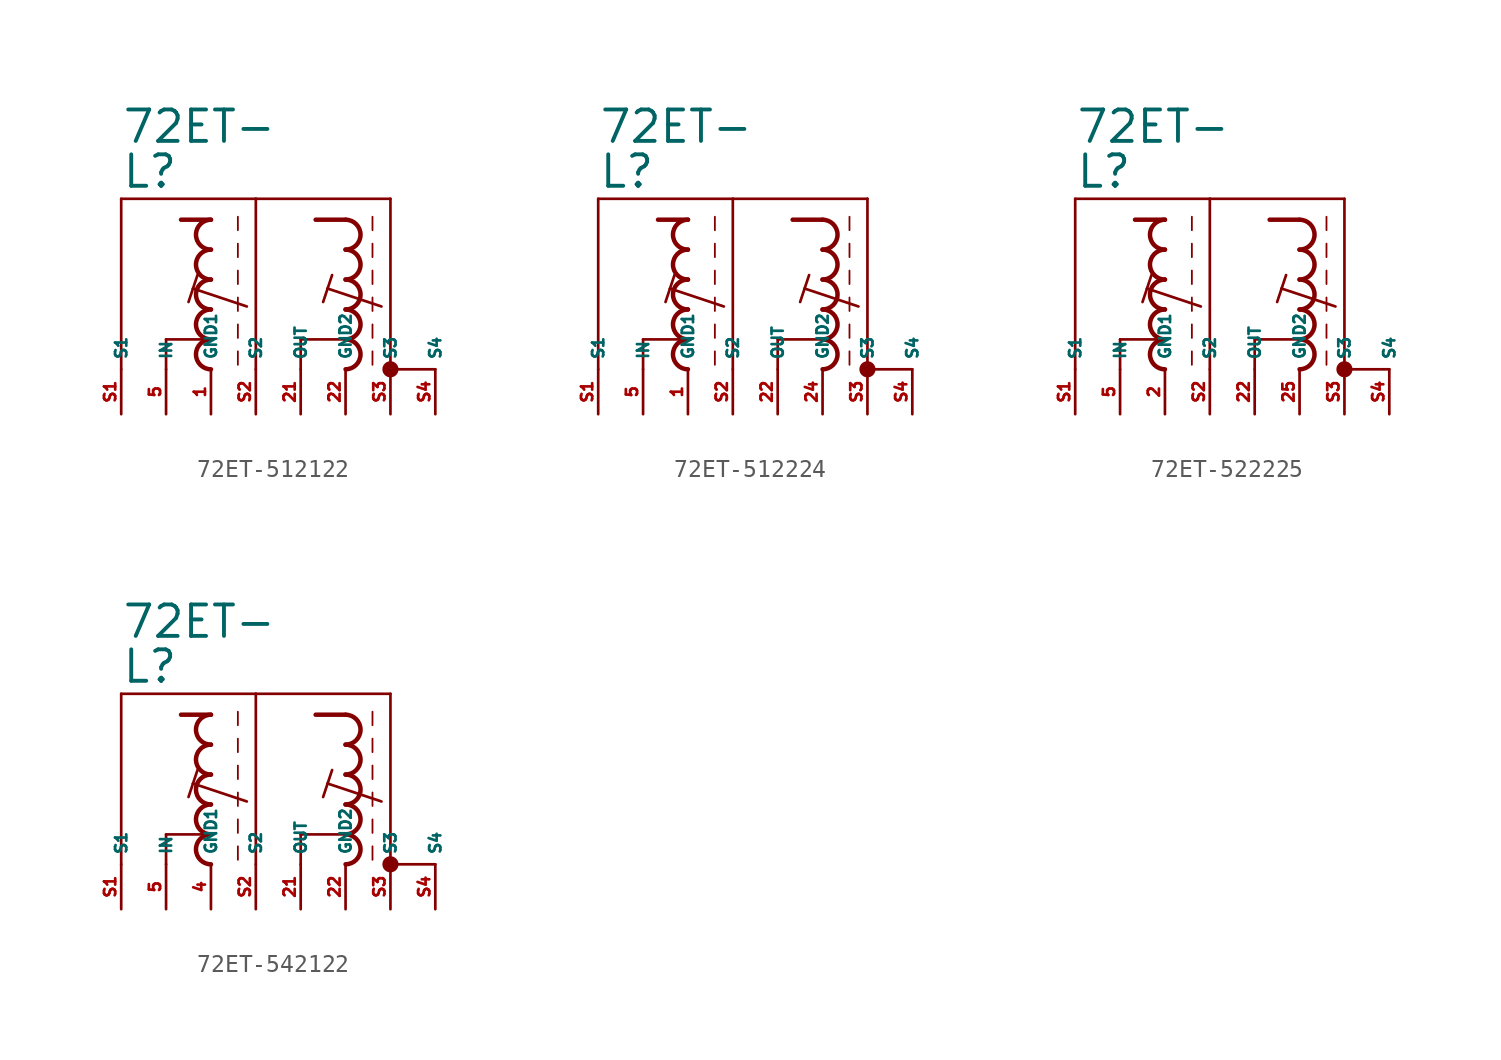
<source format=kicad_sym>
(kicad_symbol_lib
  (version 20220914)
  (generator kicad_symbol_editor)
  (symbol "72ET-512122"
    (property "Reference" "L"
      (at -7.62 7.62 0)
      (effects (font (size 1.778 1.778) (thickness 0.22)) (justify left bottom)))
    (property "Value" "72ET-"
      (at -7.62 10.16 0)
      (effects (font (size 1.778 1.778) (thickness 0.22)) (justify left bottom)))
    (symbol "72ET-512122_1_1"
      (arc (start -2.54 -0.8466) (mid -3.3864 -1.6933) (end -2.54 -2.54) (stroke (width 0.254) (type default)) (fill (type none)))
      (arc (start -2.54 0.8466) (mid -3.3862 0) (end -2.54 -0.8466) (stroke (width 0.254) (type default)) (fill (type none)))
      (arc (start -2.54 2.54) (mid -3.3864 1.6933) (end -2.54 0.8466) (stroke (width 0.254) (type default)) (fill (type none)))
      (arc (start -2.54 4.2334) (mid -3.3864 3.3867) (end -2.54 2.54) (stroke (width 0.254) (type default)) (fill (type none)))
      (arc (start -2.54 5.9266) (mid -3.3862 5.08) (end -2.54 4.2334) (stroke (width 0.254) (type default)) (fill (type none)))
      (polyline (pts (xy -7.62 -2.54) (xy -7.62 7.112)) (stroke (width 0.152) (type default)) (fill (type none)))
      (polyline (pts (xy -7.62 7.112) (xy 0 7.112)) (stroke (width 0.152) (type default)) (fill (type none)))
      (polyline (pts (xy -5.08 -2.54) (xy -5.08 -0.847)) (stroke (width 0.152) (type default)) (fill (type none)))
      (polyline (pts (xy -5.08 -0.847) (xy -2.54 -0.847)) (stroke (width 0.152) (type default)) (fill (type none)))
      (polyline (pts (xy -3.556 2.032) (xy -3.81 1.27)) (stroke (width 0.152) (type default)) (fill (type none)))
      (polyline (pts (xy -3.302 2.794) (xy -3.556 2.032)) (stroke (width 0.152) (type default)) (fill (type none)))
      (polyline (pts (xy -2.54 5.927) (xy -4.233 5.927)) (stroke (width 0.254) (type default)) (fill (type none)))
      (polyline (pts (xy -1.016 -1.524) (xy -1.016 -2.286)) (stroke (width 0.102) (type default)) (fill (type none)))
      (polyline (pts (xy -1.016 0) (xy -1.016 -0.762)) (stroke (width 0.102) (type default)) (fill (type none)))
      (polyline (pts (xy -1.016 1.524) (xy -1.016 0.762)) (stroke (width 0.102) (type default)) (fill (type none)))
      (polyline (pts (xy -1.016 3.048) (xy -1.016 2.286)) (stroke (width 0.102) (type default)) (fill (type none)))
      (polyline (pts (xy -1.016 4.572) (xy -1.016 3.81)) (stroke (width 0.102) (type default)) (fill (type none)))
      (polyline (pts (xy -1.016 6.096) (xy -1.016 5.334)) (stroke (width 0.102) (type default)) (fill (type none)))
      (polyline (pts (xy -0.508 1.016) (xy -3.556 2.032)) (stroke (width 0.152) (type default)) (fill (type none)))
      (polyline (pts (xy 0 7.112) (xy 0 -2.54)) (stroke (width 0.152) (type default)) (fill (type none)))
      (polyline (pts (xy 0 7.112) (xy 7.62 7.112)) (stroke (width 0.152) (type default)) (fill (type none)))
      (polyline (pts (xy 2.54 -2.54) (xy 2.54 -0.847)) (stroke (width 0.152) (type default)) (fill (type none)))
      (polyline (pts (xy 2.54 -0.847) (xy 5.08 -0.847)) (stroke (width 0.152) (type default)) (fill (type none)))
      (polyline (pts (xy 4.064 2.032) (xy 3.81 1.27)) (stroke (width 0.152) (type default)) (fill (type none)))
      (polyline (pts (xy 4.318 2.794) (xy 4.064 2.032)) (stroke (width 0.152) (type default)) (fill (type none)))
      (polyline (pts (xy 5.08 5.927) (xy 3.387 5.927)) (stroke (width 0.254) (type default)) (fill (type none)))
      (polyline (pts (xy 6.604 -1.524) (xy 6.604 -2.286)) (stroke (width 0.102) (type default)) (fill (type none)))
      (polyline (pts (xy 6.604 0) (xy 6.604 -0.762)) (stroke (width 0.102) (type default)) (fill (type none)))
      (polyline (pts (xy 6.604 1.524) (xy 6.604 0.762)) (stroke (width 0.102) (type default)) (fill (type none)))
      (polyline (pts (xy 6.604 3.048) (xy 6.604 2.286)) (stroke (width 0.102) (type default)) (fill (type none)))
      (polyline (pts (xy 6.604 4.572) (xy 6.604 3.81)) (stroke (width 0.102) (type default)) (fill (type none)))
      (polyline (pts (xy 6.604 6.096) (xy 6.604 5.334)) (stroke (width 0.102) (type default)) (fill (type none)))
      (polyline (pts (xy 7.112 1.016) (xy 4.064 2.032)) (stroke (width 0.152) (type default)) (fill (type none)))
      (polyline (pts (xy 7.62 7.112) (xy 7.62 -2.54)) (stroke (width 0.152) (type default)) (fill (type none)))
      (polyline (pts (xy 10.16 -2.54) (xy 7.62 -2.54)) (stroke (width 0.152) (type default)) (fill (type none)))
      (arc (start 5.08 -2.54) (mid 5.9231 -1.6933) (end 5.08 -0.8466) (stroke (width 0.254) (type default)) (fill (type none)))
      (arc (start 5.08 -0.8466) (mid 5.923 0) (end 5.08 0.8466) (stroke (width 0.254) (type default)) (fill (type none)))
      (arc (start 5.08 0.8466) (mid 5.9231 1.6933) (end 5.08 2.54) (stroke (width 0.254) (type default)) (fill (type none)))
      (arc (start 5.08 2.54) (mid 5.9231 3.3867) (end 5.08 4.2334) (stroke (width 0.254) (type default)) (fill (type none)))
      (arc (start 5.08 4.2334) (mid 5.923 5.08) (end 5.08 5.9266) (stroke (width 0.254) (type default)) (fill (type none)))
      (circle (center 7.62 -2.54) (radius 0.254) (stroke (width 0.406) (type default)) (fill (type none)))
      (pin passive line (at -2.54 -5.08 90) (length 2.54) (name "GND1" (effects (font (size 0.635 0.635)))) (number "1" (effects (font (size 0.635 0.635)))))
      (pin passive line (at 2.54 -5.08 90) (length 2.54) (name "OUT" (effects (font (size 0.635 0.635)))) (number "21" (effects (font (size 0.635 0.635)))))
      (pin passive line (at 5.08 -5.08 90) (length 2.54) (name "GND2" (effects (font (size 0.635 0.635)))) (number "22" (effects (font (size 0.635 0.635)))))
      (pin passive line (at -5.08 -5.08 90) (length 2.54) (name "IN" (effects (font (size 0.635 0.635)))) (number "5" (effects (font (size 0.635 0.635)))))
      (pin passive line (at -7.62 -5.08 90) (length 2.54) (name "S1" (effects (font (size 0.635 0.635)))) (number "S1" (effects (font (size 0.635 0.635)))))
      (pin passive line (at 0 -5.08 90) (length 2.54) (name "S2" (effects (font (size 0.635 0.635)))) (number "S2" (effects (font (size 0.635 0.635)))))
      (pin passive line (at 7.62 -5.08 90) (length 2.54) (name "S3" (effects (font (size 0.635 0.635)))) (number "S3" (effects (font (size 0.635 0.635)))))
      (pin passive line (at 10.16 -5.08 90) (length 2.54) (name "S4" (effects (font (size 0.635 0.635)))) (number "S4" (effects (font (size 0.635 0.635)))))))
  (symbol "72ET-512224"
    (property "Reference" "L"
      (at -7.62 7.62 0)
      (effects (font (size 1.778 1.778) (thickness 0.22)) (justify left bottom)))
    (property "Value" "72ET-"
      (at -7.62 10.16 0)
      (effects (font (size 1.778 1.778) (thickness 0.22)) (justify left bottom)))
    (symbol "72ET-512224_1_1"
      (arc (start -2.54 -0.8466) (mid -3.3864 -1.6933) (end -2.54 -2.54) (stroke (width 0.254) (type default)) (fill (type none)))
      (arc (start -2.54 0.8466) (mid -3.3862 0) (end -2.54 -0.8466) (stroke (width 0.254) (type default)) (fill (type none)))
      (arc (start -2.54 2.54) (mid -3.3864 1.6933) (end -2.54 0.8466) (stroke (width 0.254) (type default)) (fill (type none)))
      (arc (start -2.54 4.2334) (mid -3.3864 3.3867) (end -2.54 2.54) (stroke (width 0.254) (type default)) (fill (type none)))
      (arc (start -2.54 5.9266) (mid -3.3862 5.08) (end -2.54 4.2334) (stroke (width 0.254) (type default)) (fill (type none)))
      (polyline (pts (xy -7.62 -2.54) (xy -7.62 7.112)) (stroke (width 0.152) (type default)) (fill (type none)))
      (polyline (pts (xy -7.62 7.112) (xy 0 7.112)) (stroke (width 0.152) (type default)) (fill (type none)))
      (polyline (pts (xy -5.08 -2.54) (xy -5.08 -0.847)) (stroke (width 0.152) (type default)) (fill (type none)))
      (polyline (pts (xy -5.08 -0.847) (xy -2.54 -0.847)) (stroke (width 0.152) (type default)) (fill (type none)))
      (polyline (pts (xy -3.556 2.032) (xy -3.81 1.27)) (stroke (width 0.152) (type default)) (fill (type none)))
      (polyline (pts (xy -3.302 2.794) (xy -3.556 2.032)) (stroke (width 0.152) (type default)) (fill (type none)))
      (polyline (pts (xy -2.54 5.927) (xy -4.233 5.927)) (stroke (width 0.254) (type default)) (fill (type none)))
      (polyline (pts (xy -1.016 -1.524) (xy -1.016 -2.286)) (stroke (width 0.102) (type default)) (fill (type none)))
      (polyline (pts (xy -1.016 0) (xy -1.016 -0.762)) (stroke (width 0.102) (type default)) (fill (type none)))
      (polyline (pts (xy -1.016 1.524) (xy -1.016 0.762)) (stroke (width 0.102) (type default)) (fill (type none)))
      (polyline (pts (xy -1.016 3.048) (xy -1.016 2.286)) (stroke (width 0.102) (type default)) (fill (type none)))
      (polyline (pts (xy -1.016 4.572) (xy -1.016 3.81)) (stroke (width 0.102) (type default)) (fill (type none)))
      (polyline (pts (xy -1.016 6.096) (xy -1.016 5.334)) (stroke (width 0.102) (type default)) (fill (type none)))
      (polyline (pts (xy -0.508 1.016) (xy -3.556 2.032)) (stroke (width 0.152) (type default)) (fill (type none)))
      (polyline (pts (xy 0 7.112) (xy 0 -2.54)) (stroke (width 0.152) (type default)) (fill (type none)))
      (polyline (pts (xy 0 7.112) (xy 7.62 7.112)) (stroke (width 0.152) (type default)) (fill (type none)))
      (polyline (pts (xy 2.54 -2.54) (xy 2.54 -0.847)) (stroke (width 0.152) (type default)) (fill (type none)))
      (polyline (pts (xy 2.54 -0.847) (xy 5.08 -0.847)) (stroke (width 0.152) (type default)) (fill (type none)))
      (polyline (pts (xy 4.064 2.032) (xy 3.81 1.27)) (stroke (width 0.152) (type default)) (fill (type none)))
      (polyline (pts (xy 4.318 2.794) (xy 4.064 2.032)) (stroke (width 0.152) (type default)) (fill (type none)))
      (polyline (pts (xy 5.08 5.927) (xy 3.387 5.927)) (stroke (width 0.254) (type default)) (fill (type none)))
      (polyline (pts (xy 6.604 -1.524) (xy 6.604 -2.286)) (stroke (width 0.102) (type default)) (fill (type none)))
      (polyline (pts (xy 6.604 0) (xy 6.604 -0.762)) (stroke (width 0.102) (type default)) (fill (type none)))
      (polyline (pts (xy 6.604 1.524) (xy 6.604 0.762)) (stroke (width 0.102) (type default)) (fill (type none)))
      (polyline (pts (xy 6.604 3.048) (xy 6.604 2.286)) (stroke (width 0.102) (type default)) (fill (type none)))
      (polyline (pts (xy 6.604 4.572) (xy 6.604 3.81)) (stroke (width 0.102) (type default)) (fill (type none)))
      (polyline (pts (xy 6.604 6.096) (xy 6.604 5.334)) (stroke (width 0.102) (type default)) (fill (type none)))
      (polyline (pts (xy 7.112 1.016) (xy 4.064 2.032)) (stroke (width 0.152) (type default)) (fill (type none)))
      (polyline (pts (xy 7.62 7.112) (xy 7.62 -2.54)) (stroke (width 0.152) (type default)) (fill (type none)))
      (polyline (pts (xy 10.16 -2.54) (xy 7.62 -2.54)) (stroke (width 0.152) (type default)) (fill (type none)))
      (arc (start 5.08 -2.54) (mid 5.9231 -1.6933) (end 5.08 -0.8466) (stroke (width 0.254) (type default)) (fill (type none)))
      (arc (start 5.08 -0.8466) (mid 5.923 0) (end 5.08 0.8466) (stroke (width 0.254) (type default)) (fill (type none)))
      (arc (start 5.08 0.8466) (mid 5.9231 1.6933) (end 5.08 2.54) (stroke (width 0.254) (type default)) (fill (type none)))
      (arc (start 5.08 2.54) (mid 5.9231 3.3867) (end 5.08 4.2334) (stroke (width 0.254) (type default)) (fill (type none)))
      (arc (start 5.08 4.2334) (mid 5.923 5.08) (end 5.08 5.9266) (stroke (width 0.254) (type default)) (fill (type none)))
      (circle (center 7.62 -2.54) (radius 0.254) (stroke (width 0.406) (type default)) (fill (type none)))
      (pin passive line (at -2.54 -5.08 90) (length 2.54) (name "GND1" (effects (font (size 0.635 0.635)))) (number "1" (effects (font (size 0.635 0.635)))))
      (pin passive line (at 2.54 -5.08 90) (length 2.54) (name "OUT" (effects (font (size 0.635 0.635)))) (number "22" (effects (font (size 0.635 0.635)))))
      (pin passive line (at 5.08 -5.08 90) (length 2.54) (name "GND2" (effects (font (size 0.635 0.635)))) (number "24" (effects (font (size 0.635 0.635)))))
      (pin passive line (at -5.08 -5.08 90) (length 2.54) (name "IN" (effects (font (size 0.635 0.635)))) (number "5" (effects (font (size 0.635 0.635)))))
      (pin passive line (at -7.62 -5.08 90) (length 2.54) (name "S1" (effects (font (size 0.635 0.635)))) (number "S1" (effects (font (size 0.635 0.635)))))
      (pin passive line (at 0 -5.08 90) (length 2.54) (name "S2" (effects (font (size 0.635 0.635)))) (number "S2" (effects (font (size 0.635 0.635)))))
      (pin passive line (at 7.62 -5.08 90) (length 2.54) (name "S3" (effects (font (size 0.635 0.635)))) (number "S3" (effects (font (size 0.635 0.635)))))
      (pin passive line (at 10.16 -5.08 90) (length 2.54) (name "S4" (effects (font (size 0.635 0.635)))) (number "S4" (effects (font (size 0.635 0.635)))))))
  (symbol "72ET-522225"
    (property "Reference" "L"
      (at -7.62 7.62 0)
      (effects (font (size 1.778 1.778) (thickness 0.22)) (justify left bottom)))
    (property "Value" "72ET-"
      (at -7.62 10.16 0)
      (effects (font (size 1.778 1.778) (thickness 0.22)) (justify left bottom)))
    (symbol "72ET-522225_1_1"
      (arc (start -2.54 -0.8466) (mid -3.3864 -1.6933) (end -2.54 -2.54) (stroke (width 0.254) (type default)) (fill (type none)))
      (arc (start -2.54 0.8466) (mid -3.3862 0) (end -2.54 -0.8466) (stroke (width 0.254) (type default)) (fill (type none)))
      (arc (start -2.54 2.54) (mid -3.3864 1.6933) (end -2.54 0.8466) (stroke (width 0.254) (type default)) (fill (type none)))
      (arc (start -2.54 4.2334) (mid -3.3864 3.3867) (end -2.54 2.54) (stroke (width 0.254) (type default)) (fill (type none)))
      (arc (start -2.54 5.9266) (mid -3.3862 5.08) (end -2.54 4.2334) (stroke (width 0.254) (type default)) (fill (type none)))
      (polyline (pts (xy -7.62 -2.54) (xy -7.62 7.112)) (stroke (width 0.152) (type default)) (fill (type none)))
      (polyline (pts (xy -7.62 7.112) (xy 0 7.112)) (stroke (width 0.152) (type default)) (fill (type none)))
      (polyline (pts (xy -5.08 -2.54) (xy -5.08 -0.847)) (stroke (width 0.152) (type default)) (fill (type none)))
      (polyline (pts (xy -5.08 -0.847) (xy -2.54 -0.847)) (stroke (width 0.152) (type default)) (fill (type none)))
      (polyline (pts (xy -3.556 2.032) (xy -3.81 1.27)) (stroke (width 0.152) (type default)) (fill (type none)))
      (polyline (pts (xy -3.302 2.794) (xy -3.556 2.032)) (stroke (width 0.152) (type default)) (fill (type none)))
      (polyline (pts (xy -2.54 5.927) (xy -4.233 5.927)) (stroke (width 0.254) (type default)) (fill (type none)))
      (polyline (pts (xy -1.016 -1.524) (xy -1.016 -2.286)) (stroke (width 0.102) (type default)) (fill (type none)))
      (polyline (pts (xy -1.016 0) (xy -1.016 -0.762)) (stroke (width 0.102) (type default)) (fill (type none)))
      (polyline (pts (xy -1.016 1.524) (xy -1.016 0.762)) (stroke (width 0.102) (type default)) (fill (type none)))
      (polyline (pts (xy -1.016 3.048) (xy -1.016 2.286)) (stroke (width 0.102) (type default)) (fill (type none)))
      (polyline (pts (xy -1.016 4.572) (xy -1.016 3.81)) (stroke (width 0.102) (type default)) (fill (type none)))
      (polyline (pts (xy -1.016 6.096) (xy -1.016 5.334)) (stroke (width 0.102) (type default)) (fill (type none)))
      (polyline (pts (xy -0.508 1.016) (xy -3.556 2.032)) (stroke (width 0.152) (type default)) (fill (type none)))
      (polyline (pts (xy 0 7.112) (xy 0 -2.54)) (stroke (width 0.152) (type default)) (fill (type none)))
      (polyline (pts (xy 0 7.112) (xy 7.62 7.112)) (stroke (width 0.152) (type default)) (fill (type none)))
      (polyline (pts (xy 2.54 -2.54) (xy 2.54 -0.847)) (stroke (width 0.152) (type default)) (fill (type none)))
      (polyline (pts (xy 2.54 -0.847) (xy 5.08 -0.847)) (stroke (width 0.152) (type default)) (fill (type none)))
      (polyline (pts (xy 4.064 2.032) (xy 3.81 1.27)) (stroke (width 0.152) (type default)) (fill (type none)))
      (polyline (pts (xy 4.318 2.794) (xy 4.064 2.032)) (stroke (width 0.152) (type default)) (fill (type none)))
      (polyline (pts (xy 5.08 5.927) (xy 3.387 5.927)) (stroke (width 0.254) (type default)) (fill (type none)))
      (polyline (pts (xy 6.604 -1.524) (xy 6.604 -2.286)) (stroke (width 0.102) (type default)) (fill (type none)))
      (polyline (pts (xy 6.604 0) (xy 6.604 -0.762)) (stroke (width 0.102) (type default)) (fill (type none)))
      (polyline (pts (xy 6.604 1.524) (xy 6.604 0.762)) (stroke (width 0.102) (type default)) (fill (type none)))
      (polyline (pts (xy 6.604 3.048) (xy 6.604 2.286)) (stroke (width 0.102) (type default)) (fill (type none)))
      (polyline (pts (xy 6.604 4.572) (xy 6.604 3.81)) (stroke (width 0.102) (type default)) (fill (type none)))
      (polyline (pts (xy 6.604 6.096) (xy 6.604 5.334)) (stroke (width 0.102) (type default)) (fill (type none)))
      (polyline (pts (xy 7.112 1.016) (xy 4.064 2.032)) (stroke (width 0.152) (type default)) (fill (type none)))
      (polyline (pts (xy 7.62 7.112) (xy 7.62 -2.54)) (stroke (width 0.152) (type default)) (fill (type none)))
      (polyline (pts (xy 10.16 -2.54) (xy 7.62 -2.54)) (stroke (width 0.152) (type default)) (fill (type none)))
      (arc (start 5.08 -2.54) (mid 5.9231 -1.6933) (end 5.08 -0.8466) (stroke (width 0.254) (type default)) (fill (type none)))
      (arc (start 5.08 -0.8466) (mid 5.923 0) (end 5.08 0.8466) (stroke (width 0.254) (type default)) (fill (type none)))
      (arc (start 5.08 0.8466) (mid 5.9231 1.6933) (end 5.08 2.54) (stroke (width 0.254) (type default)) (fill (type none)))
      (arc (start 5.08 2.54) (mid 5.9231 3.3867) (end 5.08 4.2334) (stroke (width 0.254) (type default)) (fill (type none)))
      (arc (start 5.08 4.2334) (mid 5.923 5.08) (end 5.08 5.9266) (stroke (width 0.254) (type default)) (fill (type none)))
      (circle (center 7.62 -2.54) (radius 0.254) (stroke (width 0.406) (type default)) (fill (type none)))
      (pin passive line (at -2.54 -5.08 90) (length 2.54) (name "GND1" (effects (font (size 0.635 0.635)))) (number "2" (effects (font (size 0.635 0.635)))))
      (pin passive line (at 2.54 -5.08 90) (length 2.54) (name "OUT" (effects (font (size 0.635 0.635)))) (number "22" (effects (font (size 0.635 0.635)))))
      (pin passive line (at 5.08 -5.08 90) (length 2.54) (name "GND2" (effects (font (size 0.635 0.635)))) (number "25" (effects (font (size 0.635 0.635)))))
      (pin passive line (at -5.08 -5.08 90) (length 2.54) (name "IN" (effects (font (size 0.635 0.635)))) (number "5" (effects (font (size 0.635 0.635)))))
      (pin passive line (at -7.62 -5.08 90) (length 2.54) (name "S1" (effects (font (size 0.635 0.635)))) (number "S1" (effects (font (size 0.635 0.635)))))
      (pin passive line (at 0 -5.08 90) (length 2.54) (name "S2" (effects (font (size 0.635 0.635)))) (number "S2" (effects (font (size 0.635 0.635)))))
      (pin passive line (at 7.62 -5.08 90) (length 2.54) (name "S3" (effects (font (size 0.635 0.635)))) (number "S3" (effects (font (size 0.635 0.635)))))
      (pin passive line (at 10.16 -5.08 90) (length 2.54) (name "S4" (effects (font (size 0.635 0.635)))) (number "S4" (effects (font (size 0.635 0.635)))))))
  (symbol "72ET-542122"
    (property "Reference" "L"
      (at -7.62 7.62 0)
      (effects (font (size 1.778 1.778) (thickness 0.22)) (justify left bottom)))
    (property "Value" "72ET-"
      (at -7.62 10.16 0)
      (effects (font (size 1.778 1.778) (thickness 0.22)) (justify left bottom)))
    (symbol "72ET-542122_1_1"
      (arc (start -2.54 -0.8466) (mid -3.3864 -1.6933) (end -2.54 -2.54) (stroke (width 0.254) (type default)) (fill (type none)))
      (arc (start -2.54 0.8466) (mid -3.3862 0) (end -2.54 -0.8466) (stroke (width 0.254) (type default)) (fill (type none)))
      (arc (start -2.54 2.54) (mid -3.3864 1.6933) (end -2.54 0.8466) (stroke (width 0.254) (type default)) (fill (type none)))
      (arc (start -2.54 4.2334) (mid -3.3864 3.3867) (end -2.54 2.54) (stroke (width 0.254) (type default)) (fill (type none)))
      (arc (start -2.54 5.9266) (mid -3.3862 5.08) (end -2.54 4.2334) (stroke (width 0.254) (type default)) (fill (type none)))
      (polyline (pts (xy -7.62 -2.54) (xy -7.62 7.112)) (stroke (width 0.152) (type default)) (fill (type none)))
      (polyline (pts (xy -7.62 7.112) (xy 0 7.112)) (stroke (width 0.152) (type default)) (fill (type none)))
      (polyline (pts (xy -5.08 -2.54) (xy -5.08 -0.847)) (stroke (width 0.152) (type default)) (fill (type none)))
      (polyline (pts (xy -5.08 -0.847) (xy -2.54 -0.847)) (stroke (width 0.152) (type default)) (fill (type none)))
      (polyline (pts (xy -3.556 2.032) (xy -3.81 1.27)) (stroke (width 0.152) (type default)) (fill (type none)))
      (polyline (pts (xy -3.302 2.794) (xy -3.556 2.032)) (stroke (width 0.152) (type default)) (fill (type none)))
      (polyline (pts (xy -2.54 5.927) (xy -4.233 5.927)) (stroke (width 0.254) (type default)) (fill (type none)))
      (polyline (pts (xy -1.016 -1.524) (xy -1.016 -2.286)) (stroke (width 0.102) (type default)) (fill (type none)))
      (polyline (pts (xy -1.016 0) (xy -1.016 -0.762)) (stroke (width 0.102) (type default)) (fill (type none)))
      (polyline (pts (xy -1.016 1.524) (xy -1.016 0.762)) (stroke (width 0.102) (type default)) (fill (type none)))
      (polyline (pts (xy -1.016 3.048) (xy -1.016 2.286)) (stroke (width 0.102) (type default)) (fill (type none)))
      (polyline (pts (xy -1.016 4.572) (xy -1.016 3.81)) (stroke (width 0.102) (type default)) (fill (type none)))
      (polyline (pts (xy -1.016 6.096) (xy -1.016 5.334)) (stroke (width 0.102) (type default)) (fill (type none)))
      (polyline (pts (xy -0.508 1.016) (xy -3.556 2.032)) (stroke (width 0.152) (type default)) (fill (type none)))
      (polyline (pts (xy 0 7.112) (xy 0 -2.54)) (stroke (width 0.152) (type default)) (fill (type none)))
      (polyline (pts (xy 0 7.112) (xy 7.62 7.112)) (stroke (width 0.152) (type default)) (fill (type none)))
      (polyline (pts (xy 2.54 -2.54) (xy 2.54 -0.847)) (stroke (width 0.152) (type default)) (fill (type none)))
      (polyline (pts (xy 2.54 -0.847) (xy 5.08 -0.847)) (stroke (width 0.152) (type default)) (fill (type none)))
      (polyline (pts (xy 4.064 2.032) (xy 3.81 1.27)) (stroke (width 0.152) (type default)) (fill (type none)))
      (polyline (pts (xy 4.318 2.794) (xy 4.064 2.032)) (stroke (width 0.152) (type default)) (fill (type none)))
      (polyline (pts (xy 5.08 5.927) (xy 3.387 5.927)) (stroke (width 0.254) (type default)) (fill (type none)))
      (polyline (pts (xy 6.604 -1.524) (xy 6.604 -2.286)) (stroke (width 0.102) (type default)) (fill (type none)))
      (polyline (pts (xy 6.604 0) (xy 6.604 -0.762)) (stroke (width 0.102) (type default)) (fill (type none)))
      (polyline (pts (xy 6.604 1.524) (xy 6.604 0.762)) (stroke (width 0.102) (type default)) (fill (type none)))
      (polyline (pts (xy 6.604 3.048) (xy 6.604 2.286)) (stroke (width 0.102) (type default)) (fill (type none)))
      (polyline (pts (xy 6.604 4.572) (xy 6.604 3.81)) (stroke (width 0.102) (type default)) (fill (type none)))
      (polyline (pts (xy 6.604 6.096) (xy 6.604 5.334)) (stroke (width 0.102) (type default)) (fill (type none)))
      (polyline (pts (xy 7.112 1.016) (xy 4.064 2.032)) (stroke (width 0.152) (type default)) (fill (type none)))
      (polyline (pts (xy 7.62 7.112) (xy 7.62 -2.54)) (stroke (width 0.152) (type default)) (fill (type none)))
      (polyline (pts (xy 10.16 -2.54) (xy 7.62 -2.54)) (stroke (width 0.152) (type default)) (fill (type none)))
      (arc (start 5.08 -2.54) (mid 5.9231 -1.6933) (end 5.08 -0.8466) (stroke (width 0.254) (type default)) (fill (type none)))
      (arc (start 5.08 -0.8466) (mid 5.923 0) (end 5.08 0.8466) (stroke (width 0.254) (type default)) (fill (type none)))
      (arc (start 5.08 0.8466) (mid 5.9231 1.6933) (end 5.08 2.54) (stroke (width 0.254) (type default)) (fill (type none)))
      (arc (start 5.08 2.54) (mid 5.9231 3.3867) (end 5.08 4.2334) (stroke (width 0.254) (type default)) (fill (type none)))
      (arc (start 5.08 4.2334) (mid 5.923 5.08) (end 5.08 5.9266) (stroke (width 0.254) (type default)) (fill (type none)))
      (circle (center 7.62 -2.54) (radius 0.254) (stroke (width 0.406) (type default)) (fill (type none)))
      (pin passive line (at 2.54 -5.08 90) (length 2.54) (name "OUT" (effects (font (size 0.635 0.635)))) (number "21" (effects (font (size 0.635 0.635)))))
      (pin passive line (at 5.08 -5.08 90) (length 2.54) (name "GND2" (effects (font (size 0.635 0.635)))) (number "22" (effects (font (size 0.635 0.635)))))
      (pin passive line (at -2.54 -5.08 90) (length 2.54) (name "GND1" (effects (font (size 0.635 0.635)))) (number "4" (effects (font (size 0.635 0.635)))))
      (pin passive line (at -5.08 -5.08 90) (length 2.54) (name "IN" (effects (font (size 0.635 0.635)))) (number "5" (effects (font (size 0.635 0.635)))))
      (pin passive line (at -7.62 -5.08 90) (length 2.54) (name "S1" (effects (font (size 0.635 0.635)))) (number "S1" (effects (font (size 0.635 0.635)))))
      (pin passive line (at 0 -5.08 90) (length 2.54) (name "S2" (effects (font (size 0.635 0.635)))) (number "S2" (effects (font (size 0.635 0.635)))))
      (pin passive line (at 7.62 -5.08 90) (length 2.54) (name "S3" (effects (font (size 0.635 0.635)))) (number "S3" (effects (font (size 0.635 0.635)))))
      (pin passive line (at 10.16 -5.08 90) (length 2.54) (name "S4" (effects (font (size 0.635 0.635)))) (number "S4" (effects (font (size 0.635 0.635))))))))
</source>
